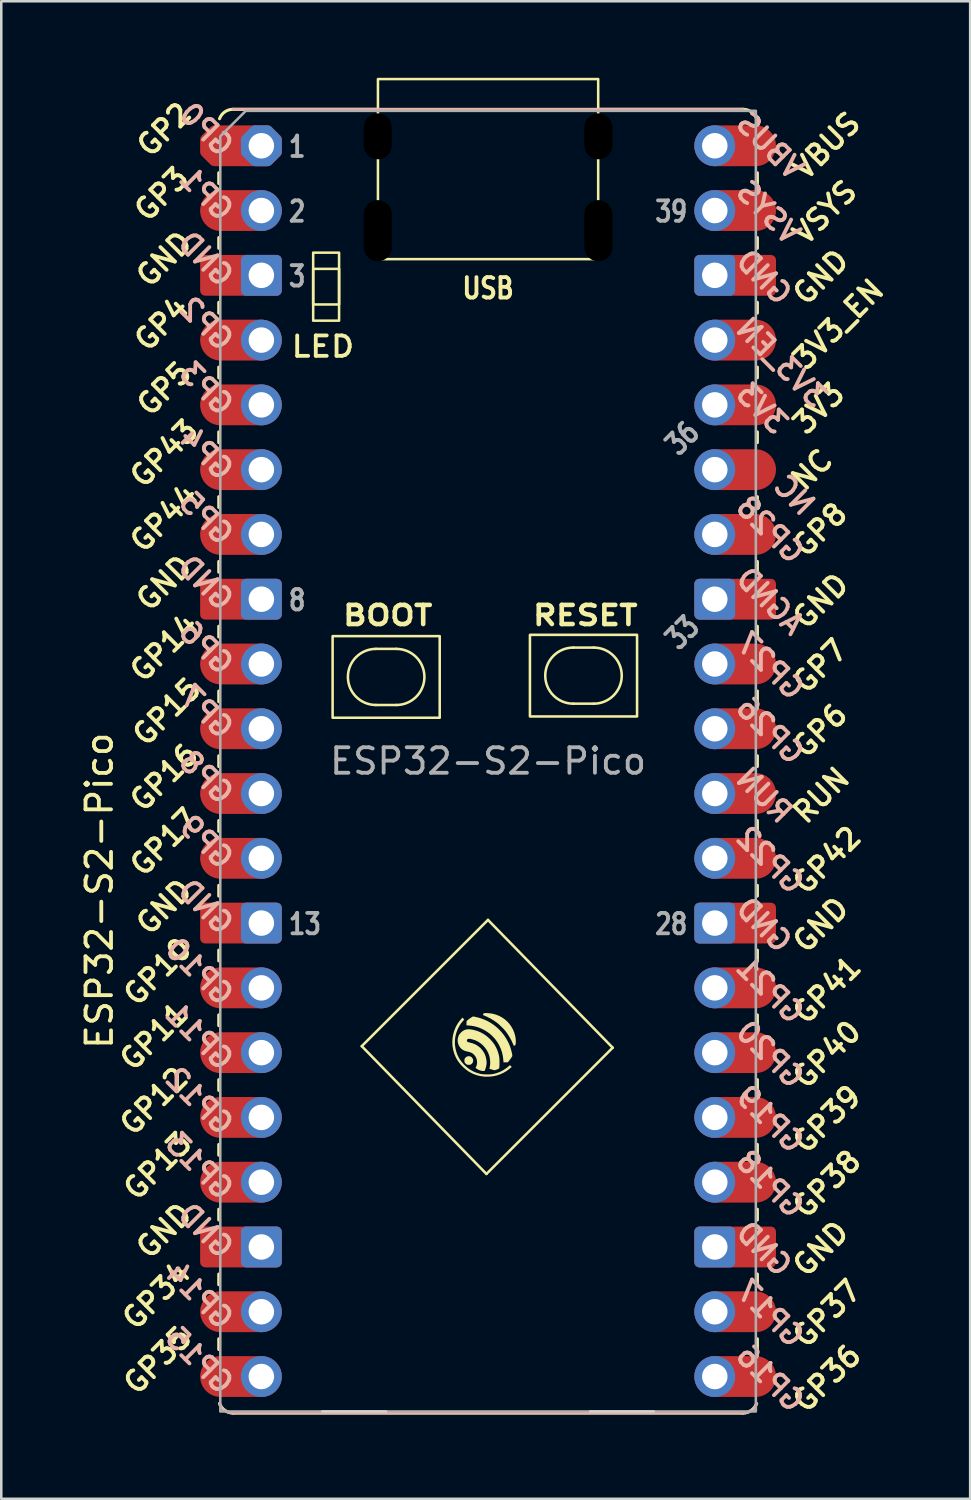
<source format=kicad_pcb>
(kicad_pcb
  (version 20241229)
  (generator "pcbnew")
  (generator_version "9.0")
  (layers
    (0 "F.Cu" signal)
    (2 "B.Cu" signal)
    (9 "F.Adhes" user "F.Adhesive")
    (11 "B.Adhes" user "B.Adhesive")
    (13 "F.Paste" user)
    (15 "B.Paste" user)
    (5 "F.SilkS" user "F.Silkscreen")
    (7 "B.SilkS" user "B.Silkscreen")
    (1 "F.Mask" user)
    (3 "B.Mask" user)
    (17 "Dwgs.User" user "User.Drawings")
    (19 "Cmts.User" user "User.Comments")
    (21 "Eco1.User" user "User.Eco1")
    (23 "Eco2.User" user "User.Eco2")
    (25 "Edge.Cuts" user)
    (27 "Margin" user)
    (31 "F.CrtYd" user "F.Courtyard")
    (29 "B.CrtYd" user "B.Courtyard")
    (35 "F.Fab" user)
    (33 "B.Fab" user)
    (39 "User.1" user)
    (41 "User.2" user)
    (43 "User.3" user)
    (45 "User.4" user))
  (footprint "ESP32-S2-Pico"
    (layer "F.Cu")
    (at 7.198 2.666)
    (property "Reference" "ESP32-S2-Pico" (at -6.35 29.21 270) (layer "F.SilkS") (effects (font (size 1 1) (thickness 0.15))))
    (attr through_hole)
    (fp_line (start -1.67 1.06) (end -1.67 1.48) (stroke (width 0.12) (type solid)) (layer "F.SilkS"))
    (fp_line (start -1.67 3.6) (end -1.67 4.02) (stroke (width 0.12) (type solid)) (layer "F.SilkS"))
    (fp_line (start -1.67 6.14) (end -1.67 6.56) (stroke (width 0.12) (type solid)) (layer "F.SilkS"))
    (fp_line (start -1.67 8.68) (end -1.67 9.1) (stroke (width 0.12) (type solid)) (layer "F.SilkS"))
    (fp_line (start -1.67 11.22) (end -1.67 11.64) (stroke (width 0.12) (type solid)) (layer "F.SilkS"))
    (fp_line (start -1.67 13.76) (end -1.67 14.18) (stroke (width 0.12) (type solid)) (layer "F.SilkS"))
    (fp_line (start -1.67 16.3) (end -1.67 16.72) (stroke (width 0.12) (type solid)) (layer "F.SilkS"))
    (fp_line (start -1.67 18.84) (end -1.67 19.26) (stroke (width 0.12) (type solid)) (layer "F.SilkS"))
    (fp_line (start -1.67 21.38) (end -1.67 21.8) (stroke (width 0.12) (type solid)) (layer "F.SilkS"))
    (fp_line (start -1.67 23.92) (end -1.67 24.34) (stroke (width 0.12) (type solid)) (layer "F.SilkS"))
    (fp_line (start -1.67 26.46) (end -1.67 26.88) (stroke (width 0.12) (type solid)) (layer "F.SilkS"))
    (fp_line (start -1.67 29) (end -1.67 29.42) (stroke (width 0.12) (type solid)) (layer "F.SilkS"))
    (fp_line (start -1.67 31.54) (end -1.67 31.96) (stroke (width 0.12) (type solid)) (layer "F.SilkS"))
    (fp_line (start -1.67 34.08) (end -1.67 34.5) (stroke (width 0.12) (type solid)) (layer "F.SilkS"))
    (fp_line (start -1.67 36.62) (end -1.67 37.04) (stroke (width 0.12) (type solid)) (layer "F.SilkS"))
    (fp_line (start -1.67 39.16) (end -1.67 39.58) (stroke (width 0.12) (type solid)) (layer "F.SilkS"))
    (fp_line (start -1.67 41.7) (end -1.67 42.12) (stroke (width 0.12) (type solid)) (layer "F.SilkS"))
    (fp_line (start -1.67 44.24) (end -1.67 44.66) (stroke (width 0.12) (type solid)) (layer "F.SilkS"))
    (fp_line (start -1.67 46.78) (end -1.67 47.2) (stroke (width 0.12) (type solid)) (layer "F.SilkS"))
    (fp_line (start -1.11 -1.43) (end 4.521 -1.43) (stroke (width 0.12) (type solid)) (layer "F.SilkS"))
    (fp_line (start -1.11 49.69) (end 18.89 49.69) (stroke (width 0.12) (type default)) (layer "F.SilkS"))
    (fp_line (start 3.937 35.306) (end 8.826 40.316) (stroke (width 0.1) (type default)) (layer "F.SilkS"))
    (fp_line (start 3.937 35.306) (end 8.887 30.356) (stroke (width 0.1) (type default)) (layer "F.SilkS"))
    (fp_line (start 4.494 19.728) (end 5.294 19.728) (stroke (width 0.1) (type solid)) (layer "F.SilkS"))
    (fp_line (start 4.494 21.928) (end 5.294 21.928) (stroke (width 0.1) (type solid)) (layer "F.SilkS"))
    (fp_line (start 8.826 40.316) (end 13.776 35.366) (stroke (width 0.1) (type default)) (layer "F.SilkS"))
    (fp_line (start 8.887 30.356) (end 13.776 35.366) (stroke (width 0.1) (type default)) (layer "F.SilkS"))
    (fp_line (start 12.232 19.677) (end 13.032 19.677) (stroke (width 0.1) (type solid)) (layer "F.SilkS"))
    (fp_line (start 12.232 21.877) (end 13.032 21.877) (stroke (width 0.1) (type solid)) (layer "F.SilkS"))
    (fp_line (start 18.89 -1.43) (end 13.259 -1.43) (stroke (width 0.12) (type solid)) (layer "F.SilkS"))
    (fp_line (start 19.45 1.06) (end 19.45 1.48) (stroke (width 0.12) (type solid)) (layer "F.SilkS"))
    (fp_line (start 19.45 3.6) (end 19.45 4.02) (stroke (width 0.12) (type solid)) (layer "F.SilkS"))
    (fp_line (start 19.45 6.14) (end 19.45 6.56) (stroke (width 0.12) (type solid)) (layer "F.SilkS"))
    (fp_line (start 19.45 8.68) (end 19.45 9.1) (stroke (width 0.12) (type solid)) (layer "F.SilkS"))
    (fp_line (start 19.45 11.22) (end 19.45 11.64) (stroke (width 0.12) (type solid)) (layer "F.SilkS"))
    (fp_line (start 19.45 13.76) (end 19.45 14.18) (stroke (width 0.12) (type solid)) (layer "F.SilkS"))
    (fp_line (start 19.45 16.3) (end 19.45 16.72) (stroke (width 0.12) (type solid)) (layer "F.SilkS"))
    (fp_line (start 19.45 18.84) (end 19.45 19.26) (stroke (width 0.12) (type solid)) (layer "F.SilkS"))
    (fp_line (start 19.45 21.38) (end 19.45 21.8) (stroke (width 0.12) (type solid)) (layer "F.SilkS"))
    (fp_line (start 19.45 23.92) (end 19.45 24.34) (stroke (width 0.12) (type solid)) (layer "F.SilkS"))
    (fp_line (start 19.45 26.46) (end 19.45 26.88) (stroke (width 0.12) (type solid)) (layer "F.SilkS"))
    (fp_line (start 19.45 29) (end 19.45 29.42) (stroke (width 0.12) (type solid)) (layer "F.SilkS"))
    (fp_line (start 19.45 31.54) (end 19.45 31.96) (stroke (width 0.12) (type solid)) (layer "F.SilkS"))
    (fp_line (start 19.45 34.08) (end 19.45 34.5) (stroke (width 0.12) (type solid)) (layer "F.SilkS"))
    (fp_line (start 19.45 36.62) (end 19.45 37.04) (stroke (width 0.12) (type solid)) (layer "F.SilkS"))
    (fp_line (start 19.45 39.16) (end 19.45 39.58) (stroke (width 0.12) (type solid)) (layer "F.SilkS"))
    (fp_line (start 19.45 41.7) (end 19.45 42.12) (stroke (width 0.12) (type solid)) (layer "F.SilkS"))
    (fp_line (start 19.45 44.24) (end 19.45 44.66) (stroke (width 0.12) (type solid)) (layer "F.SilkS"))
    (fp_line (start 19.45 46.78) (end 19.45 47.2) (stroke (width 0.12) (type solid)) (layer "F.SilkS"))
    (fp_rect (start 2.032 4.191) (end 3.048 6.858) (stroke (width 0.1) (type default)) (fill no) (layer "F.SilkS"))
    (fp_rect (start 2.032 4.826) (end 3.048 6.223) (stroke (width 0.1) (type default)) (fill no) (layer "F.SilkS"))
    (fp_rect (start 2.794 19.228) (end 6.994 22.428) (stroke (width 0.1) (type solid)) (fill no) (layer "F.SilkS"))
    (fp_rect (start 4.572 -2.616) (end 13.208 4.445) (stroke (width 0.1) (type default)) (fill no) (layer "F.SilkS"))
    (fp_rect (start 10.532 19.177) (end 14.732 22.377) (stroke (width 0.1) (type solid)) (fill no) (layer "F.SilkS"))
    (fp_arc (start -1.64 -1.06) (mid -1.433508 -1.328808) (end -1.11 -1.43) (stroke (width 0.12) (type solid)) (layer "F.SilkS"))
    (fp_arc (start -1.11 49.69) (mid -1.433508 49.588809) (end -1.64 49.32) (stroke (width 0.12) (type solid)) (layer "F.SilkS"))
    (fp_arc (start 4.494 21.928) (mid 3.394 20.828) (end 4.494 19.728) (stroke (width 0.1) (type solid)) (layer "F.SilkS"))
    (fp_arc (start 5.294 19.728) (mid 6.394 20.828) (end 5.294 21.928) (stroke (width 0.1) (type solid)) (layer "F.SilkS"))
    (fp_arc (start 12.232 21.877) (mid 11.132 20.777) (end 12.232 19.677) (stroke (width 0.1) (type solid)) (layer "F.SilkS"))
    (fp_arc (start 13.032 19.677) (mid 14.132 20.777) (end 13.032 21.877) (stroke (width 0.1) (type solid)) (layer "F.SilkS"))
    (fp_arc (start 18.89 -1.43) (mid 19.213508 -1.328809) (end 19.42 -1.06) (stroke (width 0.12) (type solid)) (layer "F.SilkS"))
    (fp_arc (start 19.42 49.32) (mid 19.213508 49.588808) (end 18.89 49.69) (stroke (width 0.12) (type solid)) (layer "F.SilkS"))
    (fp_poly (pts (xy 8.179 35.704) (xy 8.218 35.719) (xy 8.253 35.747) (xy 8.261 35.756) (xy 8.29 35.799) (xy 8.305 35.847) (xy 8.305 35.896) (xy 8.291 35.943) (xy 8.263 35.985) (xy 8.228 36.016) (xy 8.19 36.033) (xy 8.145 36.04) (xy 8.097 36.037) (xy 8.055 36.024) (xy 8.051 36.022) (xy 8.023 36.002) (xy 7.996 35.976) (xy 7.988 35.966) (xy 7.975 35.946) (xy 7.968 35.926) (xy 7.964 35.903) (xy 7.963 35.87) (xy 7.964 35.836) (xy 7.968 35.813) (xy 7.975 35.794) (xy 7.988 35.773) (xy 8.025 35.735) (xy 8.071 35.71) (xy 8.123 35.699) (xy 8.132 35.699)) (stroke (width 0) (type solid)) (fill yes) (layer "F.SilkS"))
    (fp_poly (pts (xy 8.404 34.161) (xy 8.572 34.203) (xy 8.733 34.261) (xy 8.887 34.332) (xy 9.033 34.418) (xy 9.17 34.516) (xy 9.297 34.626) (xy 9.413 34.749) (xy 9.519 34.882) (xy 9.612 35.026) (xy 9.693 35.179) (xy 9.738 35.283) (xy 9.757 35.335) (xy 9.776 35.395) (xy 9.795 35.459) (xy 9.812 35.523) (xy 9.826 35.582) (xy 9.836 35.631) (xy 9.838 35.65) (xy 9.84 35.671) (xy 9.84 35.687) (xy 9.835 35.703) (xy 9.825 35.722) (xy 9.807 35.749) (xy 9.795 35.768) (xy 9.769 35.806) (xy 9.741 35.844) (xy 9.715 35.878) (xy 9.705 35.89) (xy 9.663 35.94) (xy 9.579 35.94) (xy 9.495 35.941) (xy 9.489 35.854) (xy 9.471 35.7) (xy 9.438 35.551) (xy 9.389 35.408) (xy 9.326 35.271) (xy 9.25 35.142) (xy 9.161 35.021) (xy 9.059 34.911) (xy 8.946 34.81) (xy 8.821 34.722) (xy 8.687 34.646) (xy 8.685 34.645) (xy 8.572 34.594) (xy 8.458 34.554) (xy 8.34 34.524) (xy 8.214 34.504) (xy 8.115 34.494) (xy 8.042 34.489) (xy 8.044 34.405) (xy 8.047 34.321) (xy 8.108 34.269) (xy 8.145 34.24) (xy 8.187 34.21) (xy 8.227 34.183) (xy 8.234 34.179) (xy 8.299 34.14)) (stroke (width 0) (type solid)) (fill yes) (layer "F.SilkS"))
    (fp_poly (pts (xy 8.854 34.009) (xy 8.914 34.013) (xy 8.978 34.02) (xy 9.038 34.029) (xy 9.063 34.033) (xy 9.196 34.068) (xy 9.321 34.117) (xy 9.439 34.18) (xy 9.547 34.255) (xy 9.645 34.342) (xy 9.732 34.439) (xy 9.807 34.546) (xy 9.871 34.661) (xy 9.92 34.785) (xy 9.956 34.915) (xy 9.976 35.046) (xy 9.979 35.144) (xy 9.974 35.197) (xy 9.97 35.231) (xy 9.965 35.252) (xy 9.959 35.265) (xy 9.95 35.272) (xy 9.936 35.279) (xy 9.916 35.286) (xy 9.903 35.291) (xy 9.902 35.291) (xy 9.896 35.284) (xy 9.886 35.264) (xy 9.874 35.236) (xy 9.868 35.222) (xy 9.811 35.094) (xy 9.741 34.965) (xy 9.664 34.84) (xy 9.582 34.726) (xy 9.578 34.72) (xy 9.547 34.683) (xy 9.507 34.639) (xy 9.46 34.591) (xy 9.41 34.541) (xy 9.36 34.493) (xy 9.312 34.449) (xy 9.271 34.413) (xy 9.247 34.394) (xy 9.119 34.304) (xy 8.986 34.223) (xy 8.852 34.155) (xy 8.761 34.116) (xy 8.731 34.103) (xy 8.707 34.093) (xy 8.694 34.086) (xy 8.693 34.084) (xy 8.695 34.074) (xy 8.7 34.055) (xy 8.702 34.048) (xy 8.709 34.03) (xy 8.717 34.02) (xy 8.733 34.014) (xy 8.757 34.011) (xy 8.8 34.008)) (stroke (width 0) (type solid)) (fill yes) (layer "F.SilkS"))
    (fp_poly (pts (xy 7.921 34.223) (xy 7.958 34.26) (xy 7.908 34.315) (xy 7.824 34.42) (xy 7.751 34.535) (xy 7.691 34.658) (xy 7.644 34.787) (xy 7.61 34.92) (xy 7.592 35.055) (xy 7.588 35.189) (xy 7.592 35.253) (xy 7.613 35.4) (xy 7.648 35.537) (xy 7.697 35.666) (xy 7.76 35.789) (xy 7.839 35.904) (xy 7.933 36.015) (xy 7.963 36.045) (xy 8.072 36.144) (xy 8.187 36.227) (xy 8.309 36.295) (xy 8.439 36.349) (xy 8.579 36.39) (xy 8.609 36.396) (xy 8.654 36.403) (xy 8.711 36.408) (xy 8.777 36.411) (xy 8.847 36.413) (xy 8.917 36.412) (xy 8.984 36.409) (xy 9.043 36.404) (xy 9.091 36.398) (xy 9.101 36.396) (xy 9.243 36.357) (xy 9.376 36.305) (xy 9.501 36.238) (xy 9.62 36.157) (xy 9.677 36.111) (xy 9.748 36.05) (xy 9.783 36.085) (xy 9.818 36.121) (xy 9.757 36.173) (xy 9.638 36.265) (xy 9.511 36.342) (xy 9.377 36.405) (xy 9.237 36.453) (xy 9.092 36.485) (xy 8.943 36.502) (xy 8.79 36.504) (xy 8.722 36.499) (xy 8.583 36.479) (xy 8.445 36.444) (xy 8.312 36.396) (xy 8.256 36.37) (xy 8.137 36.305) (xy 8.023 36.225) (xy 7.915 36.132) (xy 7.817 36.03) (xy 7.73 35.92) (xy 7.656 35.803) (xy 7.622 35.737) (xy 7.564 35.598) (xy 7.523 35.456) (xy 7.497 35.311) (xy 7.487 35.165) (xy 7.494 35.018) (xy 7.516 34.873) (xy 7.554 34.729) (xy 7.608 34.589) (xy 7.618 34.568) (xy 7.648 34.508) (xy 7.679 34.453) (xy 7.713 34.399) (xy 7.753 34.344) (xy 7.801 34.283) (xy 7.858 34.216) (xy 7.883 34.187)) (stroke (width 0) (type solid)) (fill yes) (layer "F.SilkS"))
    (fp_poly (pts (xy 8.188 34.646) (xy 8.267 34.658) (xy 8.308 34.666) (xy 8.448 34.703) (xy 8.581 34.756) (xy 8.707 34.823) (xy 8.826 34.905) (xy 8.939 35.003) (xy 8.96 35.023) (xy 9.051 35.122) (xy 9.127 35.223) (xy 9.191 35.329) (xy 9.244 35.443) (xy 9.271 35.515) (xy 9.295 35.587) (xy 9.312 35.651) (xy 9.324 35.713) (xy 9.332 35.778) (xy 9.336 35.85) (xy 9.338 35.928) (xy 9.338 35.982) (xy 9.337 36.033) (xy 9.335 36.078) (xy 9.334 36.114) (xy 9.332 36.135) (xy 9.327 36.162) (xy 9.32 36.179) (xy 9.308 36.19) (xy 9.294 36.198) (xy 9.27 36.209) (xy 9.238 36.221) (xy 9.204 36.233) (xy 9.144 36.252) (xy 9.043 36.224) (xy 9.005 36.213) (xy 8.974 36.202) (xy 8.952 36.194) (xy 8.943 36.188) (xy 8.943 36.187) (xy 8.945 36.175) (xy 8.95 36.152) (xy 8.955 36.128) (xy 8.97 36.041) (xy 8.974 35.946) (xy 8.968 35.847) (xy 8.953 35.748) (xy 8.937 35.682) (xy 8.897 35.573) (xy 8.843 35.469) (xy 8.775 35.371) (xy 8.696 35.282) (xy 8.608 35.203) (xy 8.511 35.137) (xy 8.407 35.084) (xy 8.402 35.082) (xy 8.354 35.064) (xy 8.3 35.047) (xy 8.246 35.032) (xy 8.197 35.022) (xy 8.156 35.016) (xy 8.141 35.016) (xy 8.103 35.022) (xy 8.076 35.039) (xy 8.062 35.066) (xy 8.059 35.085) (xy 8.063 35.109) (xy 8.076 35.129) (xy 8.1 35.144) (xy 8.137 35.157) (xy 8.177 35.166) (xy 8.291 35.196) (xy 8.396 35.24) (xy 8.493 35.298) (xy 8.581 35.369) (xy 8.657 35.452) (xy 8.722 35.546) (xy 8.749 35.595) (xy 8.781 35.67) (xy 8.806 35.752) (xy 8.823 35.837) (xy 8.832 35.92) (xy 8.831 35.995) (xy 8.824 36.049) (xy 8.812 36.108) (xy 8.796 36.167) (xy 8.779 36.218) (xy 8.771 36.239) (xy 8.76 36.263) (xy 8.75 36.276) (xy 8.738 36.281) (xy 8.719 36.281) (xy 8.716 36.281) (xy 8.687 36.279) (xy 8.66 36.277) (xy 8.655 36.276) (xy 8.576 36.258) (xy 8.5 36.226) (xy 8.467 36.206) (xy 8.439 36.187) (xy 8.416 36.171) (xy 8.403 36.159) (xy 8.401 36.156) (xy 8.405 36.144) (xy 8.413 36.13) (xy 8.433 36.089) (xy 8.448 36.037) (xy 8.457 35.98) (xy 8.459 35.938) (xy 8.452 35.855) (xy 8.431 35.78) (xy 8.395 35.711) (xy 8.354 35.658) (xy 8.314 35.618) (xy 8.273 35.586) (xy 8.226 35.561) (xy 8.171 35.54) (xy 8.105 35.522) (xy 8.055 35.512) (xy 7.974 35.489) (xy 7.901 35.453) (xy 7.839 35.405) (xy 7.787 35.348) (xy 7.746 35.283) (xy 7.717 35.212) (xy 7.7 35.135) (xy 7.698 35.056) (xy 7.71 34.976) (xy 7.737 34.895) (xy 7.749 34.87) (xy 7.774 34.831) (xy 7.81 34.789) (xy 7.852 34.748) (xy 7.896 34.713) (xy 7.938 34.687) (xy 7.943 34.684) (xy 7.999 34.662) (xy 8.056 34.648) (xy 8.118 34.643)) (stroke (width 0) (type solid)) (fill yes) (layer "F.SilkS"))
    (fp_line (start -1.11 -1.43) (end 18.89 -1.43) (stroke (width 0.12) (type default)) (layer "B.SilkS"))
    (fp_line (start -1.11 49.69) (end 18.89 49.69) (stroke (width 0.12) (type default)) (layer "B.SilkS"))
    (fp_arc (start -1.11 49.69) (mid -1.43349 49.588783) (end -1.64 49.32) (stroke (width 0.12) (type solid)) (layer "B.SilkS"))
    (fp_arc (start 19.42 49.32) (mid 19.213508 49.588809) (end 18.89 49.69) (stroke (width 0.12) (type solid)) (layer "B.SilkS"))
    (fp_line (start 2.39 49.63) (end 4.89 49.63) (stroke (width 0.1) (type default)) (layer "Edge.Cuts"))
    (fp_line (start 15.39 49.63) (end 12.89 49.63) (stroke (width 0.1) (type default)) (layer "Edge.Cuts"))
    (fp_poly (pts (xy 19.39 49.63) (xy -1.61 49.63) (xy -1.61 -0.37) (xy -0.61 -1.37) (xy 19.39 -1.37)) (stroke (width 0.1) (type solid)) (fill no) (layer "F.Fab"))
    (fp_text user "GP4" (at -3.91 6.985 45) (layer "F.SilkS") (effects (font (size 0.8 0.8) (thickness 0.15))))
    (fp_text user "GP34" (at -4.11 45.085 45) (layer "F.SilkS") (effects (font (size 0.8 0.8) (thickness 0.15))))
    (fp_text user "GP8" (at 21.911 15.056 45) (layer "F.SilkS") (effects (font (size 0.8 0.8) (thickness 0.15))))
    (fp_text user "GP3" (at -3.91 1.895 45) (layer "F.SilkS") (effects (font (size 0.8 0.8) (thickness 0.15))))
    (fp_text user "GP11" (at -4.21 34.925 45) (layer "F.SilkS") (effects (font (size 0.8 0.8) (thickness 0.15))))
    (fp_text user "BOOT" (at 4.953 18.415 0) (unlocked yes) (layer "F.SilkS") (effects (font (size 0.75 0.9) (thickness 0.18))))
    (fp_text user "NC" (at 21.59 12.7 45) (layer "F.SilkS") (effects (font (size 0.8 0.8) (thickness 0.15))))
    (fp_text user "GP2" (at -3.81 -0.635 45) (layer "F.SilkS") (effects (font (size 0.8 0.8) (thickness 0.15))))
    (fp_text user "GND" (at -3.81 4.445 45) (layer "F.SilkS") (effects (font (size 0.8 0.8) (thickness 0.15))))
    (fp_text user "GP36" (at 22.181 48.33 45) (layer "F.SilkS") (effects (font (size 0.8 0.8) (thickness 0.15))))
    (fp_text user "GP41" (at 22.181 33.1 45) (layer "F.SilkS") (effects (font (size 0.8 0.8) (thickness 0.15))))
    (fp_text user "3V3" (at 21.857 10.3 45) (layer "F.SilkS") (effects (font (size 0.8 0.8) (thickness 0.15))))
    (fp_text user "GP17" (at -3.81 27.305 45) (layer "F.SilkS") (effects (font (size 0.8 0.8) (thickness 0.15))))
    (fp_text user "GP37" (at 22.181 45.79 45) (layer "F.SilkS") (effects (font (size 0.8 0.8) (thickness 0.15))))
    (fp_text user "GND" (at -3.81 17.145 45) (layer "F.SilkS") (effects (font (size 0.8 0.8) (thickness 0.15))))
    (fp_text user "GP38" (at 22.181 40.71 45) (layer "F.SilkS") (effects (font (size 0.8 0.8) (thickness 0.15))))
    (fp_text user "GP15" (at -3.71 22.195 45) (layer "F.SilkS") (effects (font (size 0.8 0.8) (thickness 0.15))))
    (fp_text user "GP10" (at -4.064 32.385 45) (layer "F.SilkS") (effects (font (size 0.8 0.8) (thickness 0.15))))
    (fp_text user "GP43" (at -3.81 12.065 45) (layer "F.SilkS") (effects (font (size 0.8 0.8) (thickness 0.15))))
    (fp_text user "GP39" (at 22.181 38.17 45) (layer "F.SilkS") (effects (font (size 0.8 0.8) (thickness 0.15))))
    (fp_text user "GP14" (at -3.81 19.685 45) (layer "F.SilkS") (effects (font (size 0.8 0.8) (thickness 0.15))))
    (fp_text user "GP35" (at -4.064 47.625 45) (layer "F.SilkS") (effects (font (size 0.8 0.8) (thickness 0.15))))
    (fp_text user "GND" (at -3.81 29.845 45) (layer "F.SilkS") (effects (font (size 0.8 0.8) (thickness 0.15))))
    (fp_text user "RESET" (at 12.7 18.415 0) (unlocked yes) (layer "F.SilkS") (effects (font (size 0.75 0.9) (thickness 0.18))))
    (fp_text user "RUN" (at 21.952 25.47 45) (layer "F.SilkS") (effects (font (size 0.8 0.8) (thickness 0.15))))
    (fp_text user "GND" (at -3.81 42.545 45) (layer "F.SilkS") (effects (font (size 0.8 0.8) (thickness 0.15))))
    (fp_text user "GP7" (at 21.911 20.4 45) (layer "F.SilkS") (effects (font (size 0.8 0.8) (thickness 0.15))))
    (fp_text user "GP12" (at -4.21 37.465 45) (layer "F.SilkS") (effects (font (size 0.8 0.8) (thickness 0.15))))
    (fp_text user "VBUS" (at 22.167 0 45) (layer "F.SilkS") (effects (font (size 0.8 0.8) (thickness 0.15))))
    (fp_text user "USB" (at 8.89 5.588 0) (unlocked yes) (layer "F.SilkS") (effects (font (size 0.8 0.66) (thickness 0.15))))
    (fp_text user "GP13" (at -4.064 40.005 45) (layer "F.SilkS") (effects (font (size 0.8 0.8) (thickness 0.15))))
    (fp_text user "3V3_EN" (at 22.625 7 45) (layer "F.SilkS") (effects (font (size 0.8 0.8) (thickness 0.15))))
    (fp_text user "VSYS" (at 22.1 2.61 45) (layer "F.SilkS") (effects (font (size 0.8 0.8) (thickness 0.15))))
    (fp_text user "LED" (at 2.413 7.874 0) (unlocked yes) (layer "F.SilkS") (effects (font (size 0.8 0.9) (thickness 0.15))))
    (fp_text user "GND" (at 21.938 43.25 45) (layer "F.SilkS") (effects (font (size 0.8 0.8) (thickness 0.15))))
    (fp_text user "GP40" (at 22.181 35.63 45) (layer "F.SilkS") (effects (font (size 0.8 0.8) (thickness 0.15))))
    (fp_text user "GND" (at 21.938 17.85 45) (layer "F.SilkS") (effects (font (size 0.8 0.8) (thickness 0.15))))
    (fp_text user "GP16" (at -3.81 24.765 45) (layer "F.SilkS") (effects (font (size 0.8 0.8) (thickness 0.15))))
    (fp_text user "GP5" (at -3.81 9.525 45) (layer "F.SilkS") (effects (font (size 0.8 0.8) (thickness 0.15))))
    (fp_text user "GND" (at 21.938 30.55 45) (layer "F.SilkS") (effects (font (size 0.8 0.8) (thickness 0.15))))
    (fp_text user "GP44" (at -3.81 14.605 45) (layer "F.SilkS") (effects (font (size 0.8 0.8) (thickness 0.15))))
    (fp_text user "GP6" (at 21.911 22.93 45) (layer "F.SilkS") (effects (font (size 0.8 0.8) (thickness 0.15))))
    (fp_text user "GP42" (at 22.181 28.01 45) (layer "F.SilkS") (effects (font (size 0.8 0.8) (thickness 0.15))))
    (fp_text user "GND" (at 21.938 5.15 45) (layer "F.SilkS") (effects (font (size 0.8 0.8) (thickness 0.15))))
    (fp_text user "GP4" (at -2.159 12.065 315) (layer "B.SilkS") (effects (font (size 0.8 0.8) (thickness 0.15)) (justify mirror)))
    (fp_text user "VSYS" (at 19.872 2.61 315) (layer "B.SilkS") (effects (font (size 0.8 0.8) (thickness 0.15)) (justify mirror)))
    (fp_text user "NC" (at 20.895 13.7 315) (layer "B.SilkS") (effects (font (size 0.8 0.8) (thickness 0.15)) (justify mirror)))
    (fp_text user "GP21" (at 19.952 33.1 315) (layer "B.SilkS") (effects (font (size 0.8 0.8) (thickness 0.15)) (justify mirror)))
    (fp_text user "GP10" (at -2.428 32.385 315) (layer "B.SilkS") (effects (font (size 0.8 0.8) (thickness 0.15)) (justify mirror)))
    (fp_text user "GP13" (at -2.428 40.005 315) (layer "B.SilkS") (effects (font (size 0.8 0.8) (thickness 0.15)) (justify mirror)))
    (fp_text user "RUN" (at 19.724 25.47 315) (layer "B.SilkS") (effects (font (size 0.8 0.8) (thickness 0.15)) (justify mirror)))
    (fp_text user "GP2" (at -2.159 6.985 315) (layer "B.SilkS") (effects (font (size 0.8 0.8) (thickness 0.15)) (justify mirror)))
    (fp_text user "GP16" (at 19.952 48.33 315) (layer "B.SilkS") (effects (font (size 0.8 0.8) (thickness 0.15)) (justify mirror)))
    (fp_text user "GND" (at -2.186 29.845 315) (layer "B.SilkS") (effects (font (size 0.8 0.8) (thickness 0.15)) (justify mirror)))
    (fp_text user "GP19" (at 19.952 38.17 315) (layer "B.SilkS") (effects (font (size 0.8 0.8) (thickness 0.15)) (justify mirror)))
    (fp_text user "GND" (at -2.186 4.445 315) (layer "B.SilkS") (effects (font (size 0.8 0.8) (thickness 0.15)) (justify mirror)))
    (fp_text user "GP0" (at -2.159 -0.635 315) (layer "B.SilkS") (effects (font (size 0.8 0.8) (thickness 0.15)) (justify mirror)))
    (fp_text user "GP11" (at -2.428 34.925 315) (layer "B.SilkS") (effects (font (size 0.8 0.8) (thickness 0.15)) (justify mirror)))
    (fp_text user "3V3_EN" (at 20.397 8.5 315) (layer "B.SilkS") (effects (font (size 0.8 0.8) (thickness 0.15)) (justify mirror)))
    (fp_text user "GP7" (at -2.159 22.195 315) (layer "B.SilkS") (effects (font (size 0.8 0.8) (thickness 0.15)) (justify mirror)))
    (fp_text user "GP5" (at -2.159 14.605 315) (layer "B.SilkS") (effects (font (size 0.8 0.8) (thickness 0.15)) (justify mirror)))
    (fp_text user "GP1" (at -2.159 1.895 315) (layer "B.SilkS") (effects (font (size 0.8 0.8) (thickness 0.15)) (justify mirror)))
    (fp_text user "AGND" (at 19.952 17.85 315) (layer "B.SilkS") (effects (font (size 0.8 0.8) (thickness 0.15)) (justify mirror)))
    (fp_text user "GP3" (at -2.159 9.525 315) (layer "B.SilkS") (effects (font (size 0.8 0.8) (thickness 0.15)) (justify mirror)))
    (fp_text user "GP8" (at -2.159 24.765 315) (layer "B.SilkS") (effects (font (size 0.8 0.8) (thickness 0.15)) (justify mirror)))
    (fp_text user "GND" (at -2.186 42.545 315) (layer "B.SilkS") (effects (font (size 0.8 0.8) (thickness 0.15)) (justify mirror)))
    (fp_text user "GP18" (at 19.952 40.71 315) (layer "B.SilkS") (effects (font (size 0.8 0.8) (thickness 0.15)) (justify mirror)))
    (fp_text user "GP14" (at -2.428 45.085 315) (layer "B.SilkS") (effects (font (size 0.8 0.8) (thickness 0.15)) (justify mirror)))
    (fp_text user "GP22" (at 19.952 28.01 315) (layer "B.SilkS") (effects (font (size 0.8 0.8) (thickness 0.15)) (justify mirror)))
    (fp_text user "GP17" (at 19.952 45.79 315) (layer "B.SilkS") (effects (font (size 0.8 0.8) (thickness 0.15)) (justify mirror)))
    (fp_text user "GP27" (at 19.952 20.4 315) (layer "B.SilkS") (effects (font (size 0.8 0.8) (thickness 0.15)) (justify mirror)))
    (fp_text user "VBUS" (at 19.939 0 315) (layer "B.SilkS") (effects (font (size 0.8 0.8) (thickness 0.15)) (justify mirror)))
    (fp_text user "GP9" (at -2.159 27.305 315) (layer "B.SilkS") (effects (font (size 0.8 0.8) (thickness 0.15)) (justify mirror)))
    (fp_text user "GP15" (at -2.428 47.625 315) (layer "B.SilkS") (effects (font (size 0.8 0.8) (thickness 0.15)) (justify mirror)))
    (fp_text user "GND" (at -2.186 17.145 315) (layer "B.SilkS") (effects (font (size 0.8 0.8) (thickness 0.15)) (justify mirror)))
    (fp_text user "GP26" (at 19.952 22.93 315) (layer "B.SilkS") (effects (font (size 0.8 0.8) (thickness 0.15)) (justify mirror)))
    (fp_text user "GP12" (at -2.428 37.465 315) (layer "B.SilkS") (effects (font (size 0.8 0.8) (thickness 0.15)) (justify mirror)))
    (fp_text user "GP28" (at 19.952 15.056 315) (layer "B.SilkS") (effects (font (size 0.8 0.8) (thickness 0.15)) (justify mirror)))
    (fp_text user "GP6" (at -2.159 19.685 315) (layer "B.SilkS") (effects (font (size 0.8 0.8) (thickness 0.15)) (justify mirror)))
    (fp_text user "GND" (at 19.71 5.15 315) (layer "B.SilkS") (effects (font (size 0.8 0.8) (thickness 0.15)) (justify mirror)))
    (fp_text user "GP20" (at 19.952 35.63 315) (layer "B.SilkS") (effects (font (size 0.8 0.8) (thickness 0.15)) (justify mirror)))
    (fp_text user "3V3" (at 19.629 10.3 315) (layer "B.SilkS") (effects (font (size 0.8 0.8) (thickness 0.15)) (justify mirror)))
    (fp_text user "GND" (at 19.71 43.25 315) (layer "B.SilkS") (effects (font (size 0.8 0.8) (thickness 0.15)) (justify mirror)))
    (fp_text user "GND" (at 19.71 30.55 315) (layer "B.SilkS") (effects (font (size 0.8 0.8) (thickness 0.15)) (justify mirror)))
    (fp_text user "39" (at 16.78 2.578 0) (unlocked yes) (layer "F.Fab") (effects (font (size 0.8 0.64) (thickness 0.15)) (justify right)))
    (fp_text user "36" (at 16.51 11.468 45) (unlocked yes) (layer "F.Fab") (effects (font (size 0.8 0.64) (thickness 0.15))))
    (fp_text user "8" (at 1 17.818 0) (unlocked yes) (layer "F.Fab") (effects (font (size 0.8 0.64) (thickness 0.15)) (justify left)))
    (fp_text user "13" (at 1 30.518 0) (unlocked yes) (layer "F.Fab") (effects (font (size 0.8 0.64) (thickness 0.15)) (justify left)))
    (fp_text user "28" (at 16.78 30.518 0) (unlocked yes) (layer "F.Fab") (effects (font (size 0.8 0.64) (thickness 0.15)) (justify right)))
    (fp_text user "1" (at 1 0.038 0) (unlocked yes) (layer "F.Fab") (effects (font (size 0.8 0.64) (thickness 0.15)) (justify left)))
    (fp_text user "2" (at 1 2.578 0) (unlocked yes) (layer "F.Fab") (effects (font (size 0.8 0.64) (thickness 0.15)) (justify left)))
    (fp_text user "${REFERENCE}" (at 8.89 24.13 0) (unlocked yes) (layer "F.Fab") (effects (font (size 1 1) (thickness 0.15))))
    (fp_text user "3" (at 1 5.118 0) (unlocked yes) (layer "F.Fab") (effects (font (size 0.8 0.64) (thickness 0.15)) (justify left)))
    (fp_text user "33" (at 16.51 19.088 45) (unlocked yes) (layer "F.Fab") (effects (font (size 0.8 0.64) (thickness 0.15))))
    (pad "" np_thru_hole oval (at 4.565 -0.37) (size 1.1 1.8) (drill oval 1.1 1.8) (layers "*.Mask"))
    (pad "" np_thru_hole oval (at 4.565 3.33) (size 1.1 2.4) (drill oval 1.1 2.4) (layers "*.Mask"))
    (pad "" np_thru_hole oval (at 13.215 -0.37) (size 1.1 1.8) (drill oval 1.1 1.8) (layers "*.Mask"))
    (pad "" np_thru_hole oval (at 13.215 3.33) (size 1.1 2.4) (drill oval 1.1 2.4) (layers "*.Mask"))
    (pad "1" smd custom (at -1.6 0) (size 1.6 1.6) (layers "F.Cu" "F.Mask") (options (anchor circle)) (primitives (gr_poly (pts (xy 2.2 0.249) (xy 1.849 0.6) (xy -0.249 0.6) (xy -0.6 0.249) (xy -0.6 -0.249) (xy -0.249 -0.6) (xy 1.849 -0.6) (xy 2.2 -0.249)) (width 0.4) (fill yes))))
    (pad "1" thru_hole custom (at 0 0) (size 1.6 1.6) (drill 1) (layers "*.Cu" "*.Mask") (options (anchor circle)) (primitives (gr_poly (pts (xy 0.6 0.249) (xy 0.249 0.6) (xy -0.249 0.6) (xy -0.6 0.249) (xy -0.6 -0.249) (xy -0.249 -0.6) (xy 0.249 -0.6) (xy 0.6 -0.249)) (width 0.4) (fill yes))))
    (pad "2" smd oval (at -1.6 2.54) (size 3.2 1.6) (drill (offset 0.8 0)) (layers "F.Cu" "F.Mask"))
    (pad "2" thru_hole circle (at 0 2.54) (size 1.6 1.6) (drill 1) (layers "*.Cu" "*.Mask"))
    (pad "3" smd roundrect (at -1.6 5.08) (size 3.2 1.6) (drill (offset 0.8 0)) (layers "F.Cu" "F.Mask") (roundrect_rratio 0.125))
    (pad "3" thru_hole roundrect (at 0 5.08) (size 1.6 1.6) (drill 1) (layers "*.Cu" "*.Mask") (roundrect_rratio 0.125))
    (pad "4" smd oval (at -1.6 7.62) (size 3.2 1.6) (drill (offset 0.8 0)) (layers "F.Cu" "F.Mask"))
    (pad "4" thru_hole circle (at 0 7.62) (size 1.6 1.6) (drill 1) (layers "*.Cu" "*.Mask"))
    (pad "5" smd oval (at -1.6 10.16) (size 3.2 1.6) (drill (offset 0.8 0)) (layers "F.Cu" "F.Mask"))
    (pad "5" thru_hole circle (at 0 10.16) (size 1.6 1.6) (drill 1) (layers "*.Cu" "*.Mask"))
    (pad "6" smd oval (at -1.6 12.7) (size 3.2 1.6) (drill (offset 0.8 0)) (layers "F.Cu" "F.Mask"))
    (pad "6" thru_hole circle (at 0 12.7) (size 1.6 1.6) (drill 1) (layers "*.Cu" "*.Mask"))
    (pad "7" smd oval (at -1.6 15.24) (size 3.2 1.6) (drill (offset 0.8 0)) (layers "F.Cu" "F.Mask"))
    (pad "7" thru_hole circle (at 0 15.24) (size 1.6 1.6) (drill 1) (layers "*.Cu" "*.Mask"))
    (pad "8" smd roundrect (at -1.6 17.78) (size 3.2 1.6) (drill (offset 0.8 0)) (layers "F.Cu" "F.Mask") (roundrect_rratio 0.125))
    (pad "8" thru_hole roundrect (at 0 17.78) (size 1.6 1.6) (drill 1) (layers "*.Cu" "*.Mask") (roundrect_rratio 0.125))
    (pad "9" smd oval (at -1.6 20.32) (size 3.2 1.6) (drill (offset 0.8 0)) (layers "F.Cu" "F.Mask"))
    (pad "9" thru_hole circle (at 0 20.32) (size 1.6 1.6) (drill 1) (layers "*.Cu" "*.Mask"))
    (pad "10" smd oval (at -1.6 22.86) (size 3.2 1.6) (drill (offset 0.8 0)) (layers "F.Cu" "F.Mask"))
    (pad "10" thru_hole circle (at 0 22.86) (size 1.6 1.6) (drill 1) (layers "*.Cu" "*.Mask"))
    (pad "11" smd oval (at -1.6 25.4) (size 3.2 1.6) (drill (offset 0.8 0)) (layers "F.Cu" "F.Mask"))
    (pad "11" thru_hole circle (at 0 25.4) (size 1.6 1.6) (drill 1) (layers "*.Cu" "*.Mask"))
    (pad "12" smd oval (at -1.6 27.94) (size 3.2 1.6) (drill (offset 0.8 0)) (layers "F.Cu" "F.Mask"))
    (pad "12" thru_hole circle (at 0 27.94) (size 1.6 1.6) (drill 1) (layers "*.Cu" "*.Mask"))
    (pad "13" smd roundrect (at -1.6 30.48) (size 3.2 1.6) (drill (offset 0.8 0)) (layers "F.Cu" "F.Mask") (roundrect_rratio 0.125))
    (pad "13" thru_hole roundrect (at 0 30.48) (size 1.6 1.6) (drill 1) (layers "*.Cu" "*.Mask") (roundrect_rratio 0.125))
    (pad "14" smd oval (at -1.6 33.02) (size 3.2 1.6) (drill (offset 0.8 0)) (layers "F.Cu" "F.Mask"))
    (pad "14" thru_hole circle (at 0 33.02) (size 1.6 1.6) (drill 1) (layers "*.Cu" "*.Mask"))
    (pad "15" smd oval (at -1.6 35.56) (size 3.2 1.6) (drill (offset 0.8 0)) (layers "F.Cu" "F.Mask"))
    (pad "15" thru_hole circle (at 0 35.56) (size 1.6 1.6) (drill 1) (layers "*.Cu" "*.Mask"))
    (pad "16" smd oval (at -1.6 38.1) (size 3.2 1.6) (drill (offset 0.8 0)) (layers "F.Cu" "F.Mask"))
    (pad "16" thru_hole circle (at 0 38.1) (size 1.6 1.6) (drill 1) (layers "*.Cu" "*.Mask"))
    (pad "17" smd oval (at -1.6 40.64) (size 3.2 1.6) (drill (offset 0.8 0)) (layers "F.Cu" "F.Mask"))
    (pad "17" thru_hole circle (at 0 40.64) (size 1.6 1.6) (drill 1) (layers "*.Cu" "*.Mask"))
    (pad "18" smd roundrect (at -1.6 43.18) (size 3.2 1.6) (drill (offset 0.8 0)) (layers "F.Cu" "F.Mask") (roundrect_rratio 0.125))
    (pad "18" thru_hole roundrect (at 0 43.18) (size 1.6 1.6) (drill 1) (layers "*.Cu" "*.Mask") (roundrect_rratio 0.125))
    (pad "19" smd oval (at -1.6 45.72) (size 3.2 1.6) (drill (offset 0.8 0)) (layers "F.Cu" "F.Mask"))
    (pad "19" thru_hole circle (at 0 45.72) (size 1.6 1.6) (drill 1) (layers "*.Cu" "*.Mask"))
    (pad "20" smd oval (at -1.6 48.26) (size 3.2 1.6) (drill (offset 0.8 0)) (layers "F.Cu" "F.Mask"))
    (pad "20" thru_hole circle (at 0 48.26) (size 1.6 1.6) (drill 1) (layers "*.Cu" "*.Mask"))
    (pad "21" thru_hole circle (at 17.78 48.26) (size 1.6 1.6) (drill 1) (layers "*.Cu" "*.Mask"))
    (pad "21" smd oval (at 19.38 48.26) (size 3.2 1.6) (drill (offset -0.8 0)) (layers "F.Cu" "F.Mask"))
    (pad "22" thru_hole circle (at 17.78 45.72) (size 1.6 1.6) (drill 1) (layers "*.Cu" "*.Mask"))
    (pad "22" smd oval (at 19.38 45.72) (size 3.2 1.6) (drill (offset -0.8 0)) (layers "F.Cu" "F.Mask"))
    (pad "23" thru_hole roundrect (at 17.78 43.18) (size 1.6 1.6) (drill 1) (layers "*.Cu" "*.Mask") (roundrect_rratio 0.125))
    (pad "23" smd roundrect (at 19.38 43.18) (size 3.2 1.6) (drill (offset -0.8 0)) (layers "F.Cu" "F.Mask") (roundrect_rratio 0.125))
    (pad "24" thru_hole circle (at 17.78 40.64) (size 1.6 1.6) (drill 1) (layers "*.Cu" "*.Mask"))
    (pad "24" smd oval (at 19.38 40.64) (size 3.2 1.6) (drill (offset -0.8 0)) (layers "F.Cu" "F.Mask"))
    (pad "25" thru_hole circle (at 17.78 38.1) (size 1.6 1.6) (drill 1) (layers "*.Cu" "*.Mask"))
    (pad "25" smd oval (at 19.38 38.1) (size 3.2 1.6) (drill (offset -0.8 0)) (layers "F.Cu" "F.Mask"))
    (pad "26" thru_hole circle (at 17.78 35.56) (size 1.6 1.6) (drill 1) (layers "*.Cu" "*.Mask"))
    (pad "26" smd oval (at 19.38 35.56) (size 3.2 1.6) (drill (offset -0.8 0)) (layers "F.Cu" "F.Mask"))
    (pad "27" thru_hole circle (at 17.78 33.02) (size 1.6 1.6) (drill 1) (layers "*.Cu" "*.Mask"))
    (pad "27" smd oval (at 19.38 33.02) (size 3.2 1.6) (drill (offset -0.8 0)) (layers "F.Cu" "F.Mask"))
    (pad "28" thru_hole roundrect (at 17.78 30.48) (size 1.6 1.6) (drill 1) (layers "*.Cu" "*.Mask") (roundrect_rratio 0.125))
    (pad "28" smd roundrect (at 19.38 30.48) (size 3.2 1.6) (drill (offset -0.8 0)) (layers "F.Cu" "F.Mask") (roundrect_rratio 0.125))
    (pad "29" thru_hole circle (at 17.78 27.94) (size 1.6 1.6) (drill 1) (layers "*.Cu" "*.Mask"))
    (pad "29" smd oval (at 19.38 27.94) (size 3.2 1.6) (drill (offset -0.8 0)) (layers "F.Cu" "F.Mask"))
    (pad "30" thru_hole circle (at 17.78 25.4) (size 1.6 1.6) (drill 1) (layers "*.Cu" "*.Mask"))
    (pad "30" smd oval (at 19.38 25.4) (size 3.2 1.6) (drill (offset -0.8 0)) (layers "F.Cu" "F.Mask"))
    (pad "31" thru_hole circle (at 17.78 22.86) (size 1.6 1.6) (drill 1) (layers "*.Cu" "*.Mask"))
    (pad "31" smd oval (at 19.38 22.86) (size 3.2 1.6) (drill (offset -0.8 0)) (layers "F.Cu" "F.Mask"))
    (pad "32" thru_hole circle (at 17.78 20.32) (size 1.6 1.6) (drill 1) (layers "*.Cu" "*.Mask"))
    (pad "32" smd oval (at 19.38 20.32) (size 3.2 1.6) (drill (offset -0.8 0)) (layers "F.Cu" "F.Mask"))
    (pad "33" thru_hole roundrect (at 17.78 17.78) (size 1.6 1.6) (drill 1) (layers "*.Cu" "*.Mask") (roundrect_rratio 0.125))
    (pad "33" smd roundrect (at 19.38 17.78) (size 3.2 1.6) (drill (offset -0.8 0)) (layers "F.Cu" "F.Mask") (roundrect_rratio 0.125))
    (pad "34" thru_hole circle (at 17.78 15.24) (size 1.6 1.6) (drill 1) (layers "*.Cu" "*.Mask"))
    (pad "34" smd oval (at 19.38 15.24) (size 3.2 1.6) (drill (offset -0.8 0)) (layers "F.Cu" "F.Mask"))
    (pad "35" thru_hole circle (at 17.78 12.7) (size 1.6 1.6) (drill 1) (layers "*.Cu" "*.Mask"))
    (pad "35" smd oval (at 19.38 12.7) (size 3.2 1.6) (drill (offset -0.8 0)) (layers "F.Cu" "F.Mask"))
    (pad "36" thru_hole circle (at 17.78 10.16) (size 1.6 1.6) (drill 1) (layers "*.Cu" "*.Mask"))
    (pad "36" smd oval (at 19.38 10.16) (size 3.2 1.6) (drill (offset -0.8 0)) (layers "F.Cu" "F.Mask"))
    (pad "37" thru_hole circle (at 17.78 7.62) (size 1.6 1.6) (drill 1) (layers "*.Cu" "*.Mask"))
    (pad "37" smd oval (at 19.38 7.62) (size 3.2 1.6) (drill (offset -0.8 0)) (layers "F.Cu" "F.Mask"))
    (pad "38" thru_hole roundrect (at 17.78 5.08) (size 1.6 1.6) (drill 1) (layers "*.Cu" "*.Mask") (roundrect_rratio 0.125))
    (pad "38" smd roundrect (at 19.38 5.08) (size 3.2 1.6) (drill (offset -0.8 0)) (layers "F.Cu" "F.Mask") (roundrect_rratio 0.125))
    (pad "39" thru_hole circle (at 17.78 2.54) (size 1.6 1.6) (drill 1) (layers "*.Cu" "*.Mask"))
    (pad "39" smd oval (at 19.38 2.54) (size 3.2 1.6) (drill (offset -0.8 0)) (layers "F.Cu" "F.Mask"))
    (pad "40" thru_hole circle (at 17.78 0) (size 1.6 1.6) (drill 1) (layers "*.Cu" "*.Mask"))
    (pad "40" smd oval (at 19.38 0) (size 3.2 1.6) (drill (offset -0.8 0)) (layers "F.Cu" "F.Mask")))
  (gr_rect
    (start -3 -3)
    (end 34.992 55.72)
    (stroke (width 0.1) (type default))
    (fill no)
    (layer "Edge.Cuts")))
</source>
